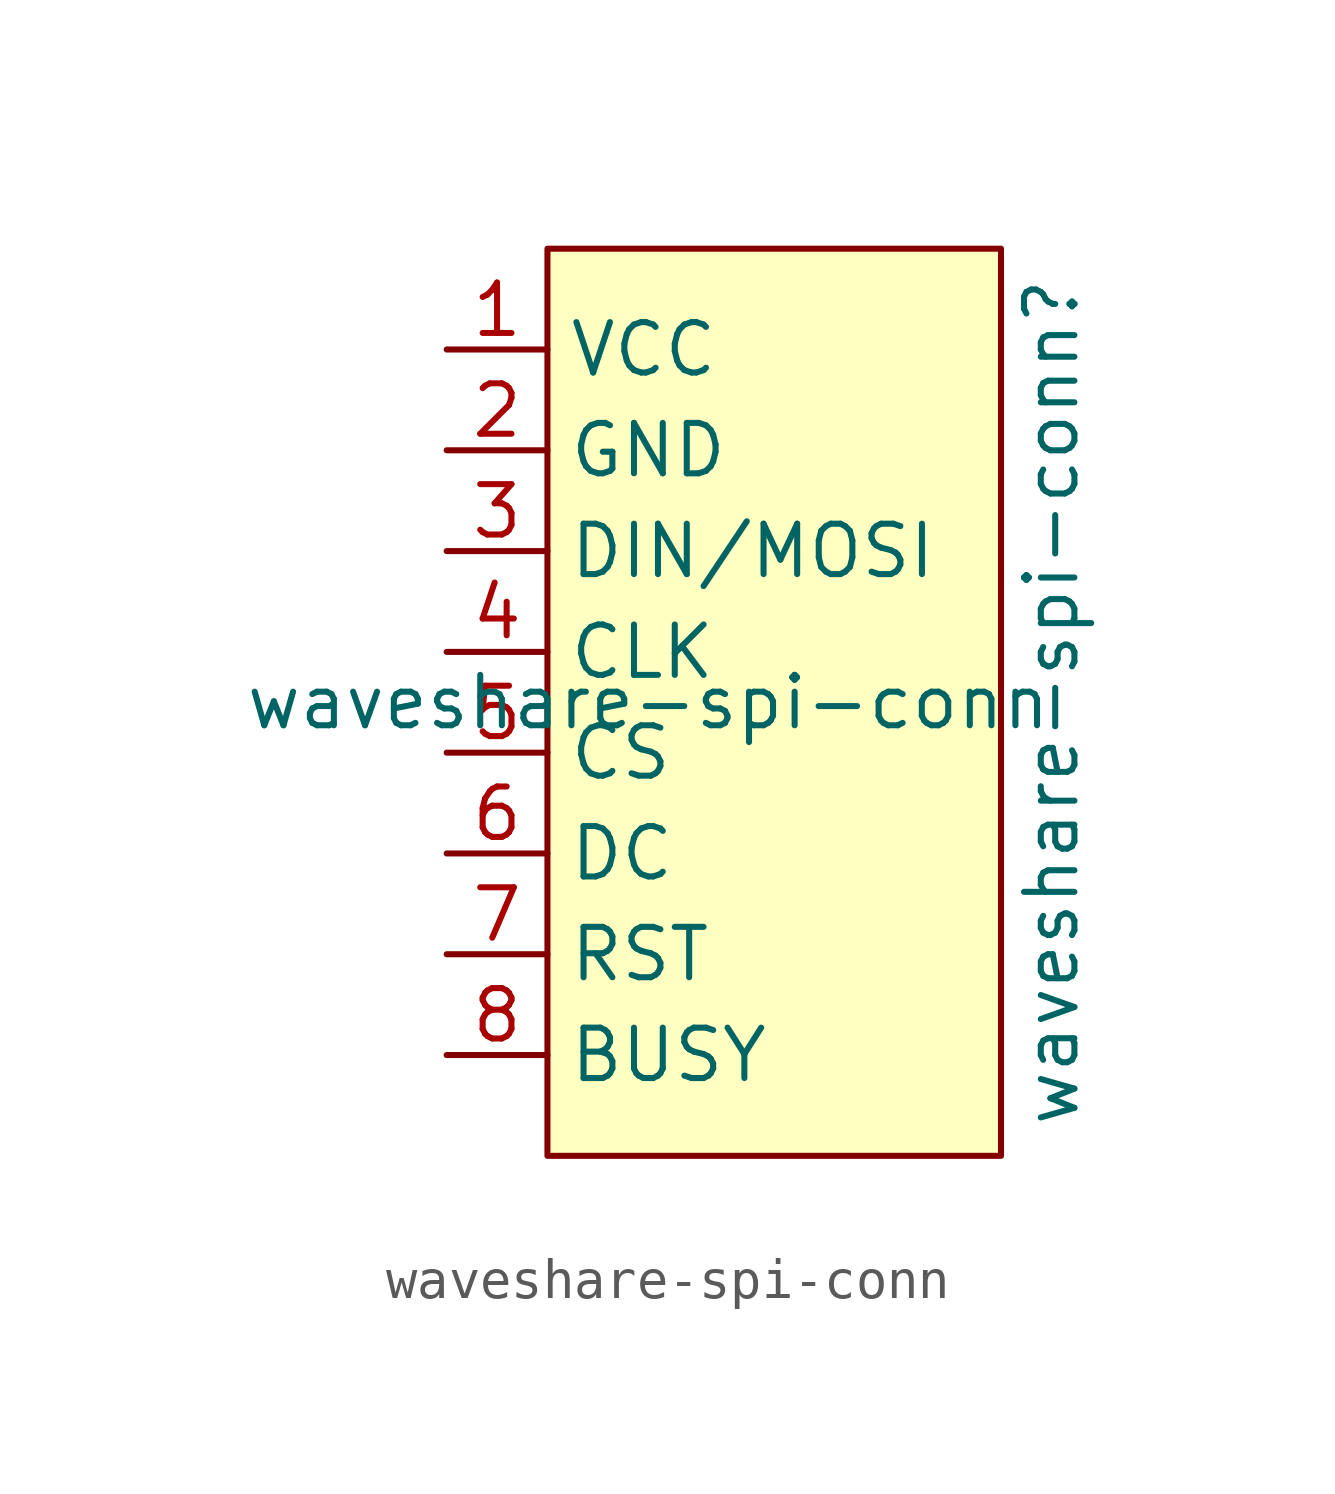
<source format=kicad_sym>
(kicad_symbol_lib
  (version 20220914)
  (generator kicad_symbol_editor)
  (symbol "waveshare-spi-conn"
    (property "Reference" "waveshare-spi-conn"
      (at 10.16 -2.54 90)
      (effects (font (size 1.27 1.27))))
    (property "Value" "waveshare-spi-conn"
      (at 0 -2.54 0)
      (effects (font (size 1.27 1.27))))
    (symbol "waveshare-spi-conn_0_1"
      (rectangle (start -2.54 8.89) (end 8.89 -13.97) (stroke (width 0) (type default)) (fill (type background)))
      (pin bidirectional line (at -5.08 6.35 0) (length 2.54) (name "VCC" (effects (font (size 1.27 1.27)))) (number "1" (effects (font (size 1.27 1.27)))))
      (pin bidirectional line (at -5.08 3.81 0) (length 2.54) (name "GND" (effects (font (size 1.27 1.27)))) (number "2" (effects (font (size 1.27 1.27)))))
      (pin bidirectional line (at -5.08 1.27 0) (length 2.54) (name "DIN/MOSI" (effects (font (size 1.27 1.27)))) (number "3" (effects (font (size 1.27 1.27)))))
      (pin bidirectional line (at -5.08 -1.27 0) (length 2.54) (name "CLK" (effects (font (size 1.27 1.27)))) (number "4" (effects (font (size 1.27 1.27)))))
      (pin bidirectional line (at -5.08 -3.81 0) (length 2.54) (name "CS" (effects (font (size 1.27 1.27)))) (number "5" (effects (font (size 1.27 1.27)))))
      (pin bidirectional line (at -5.08 -6.35 0) (length 2.54) (name "DC" (effects (font (size 1.27 1.27)))) (number "6" (effects (font (size 1.27 1.27)))))
      (pin bidirectional line (at -5.08 -8.89 0) (length 2.54) (name "RST" (effects (font (size 1.27 1.27)))) (number "7" (effects (font (size 1.27 1.27)))))
      (pin bidirectional line (at -5.08 -11.43 0) (length 2.54) (name "BUSY" (effects (font (size 1.27 1.27)))) (number "8" (effects (font (size 1.27 1.27))))))))
</source>
